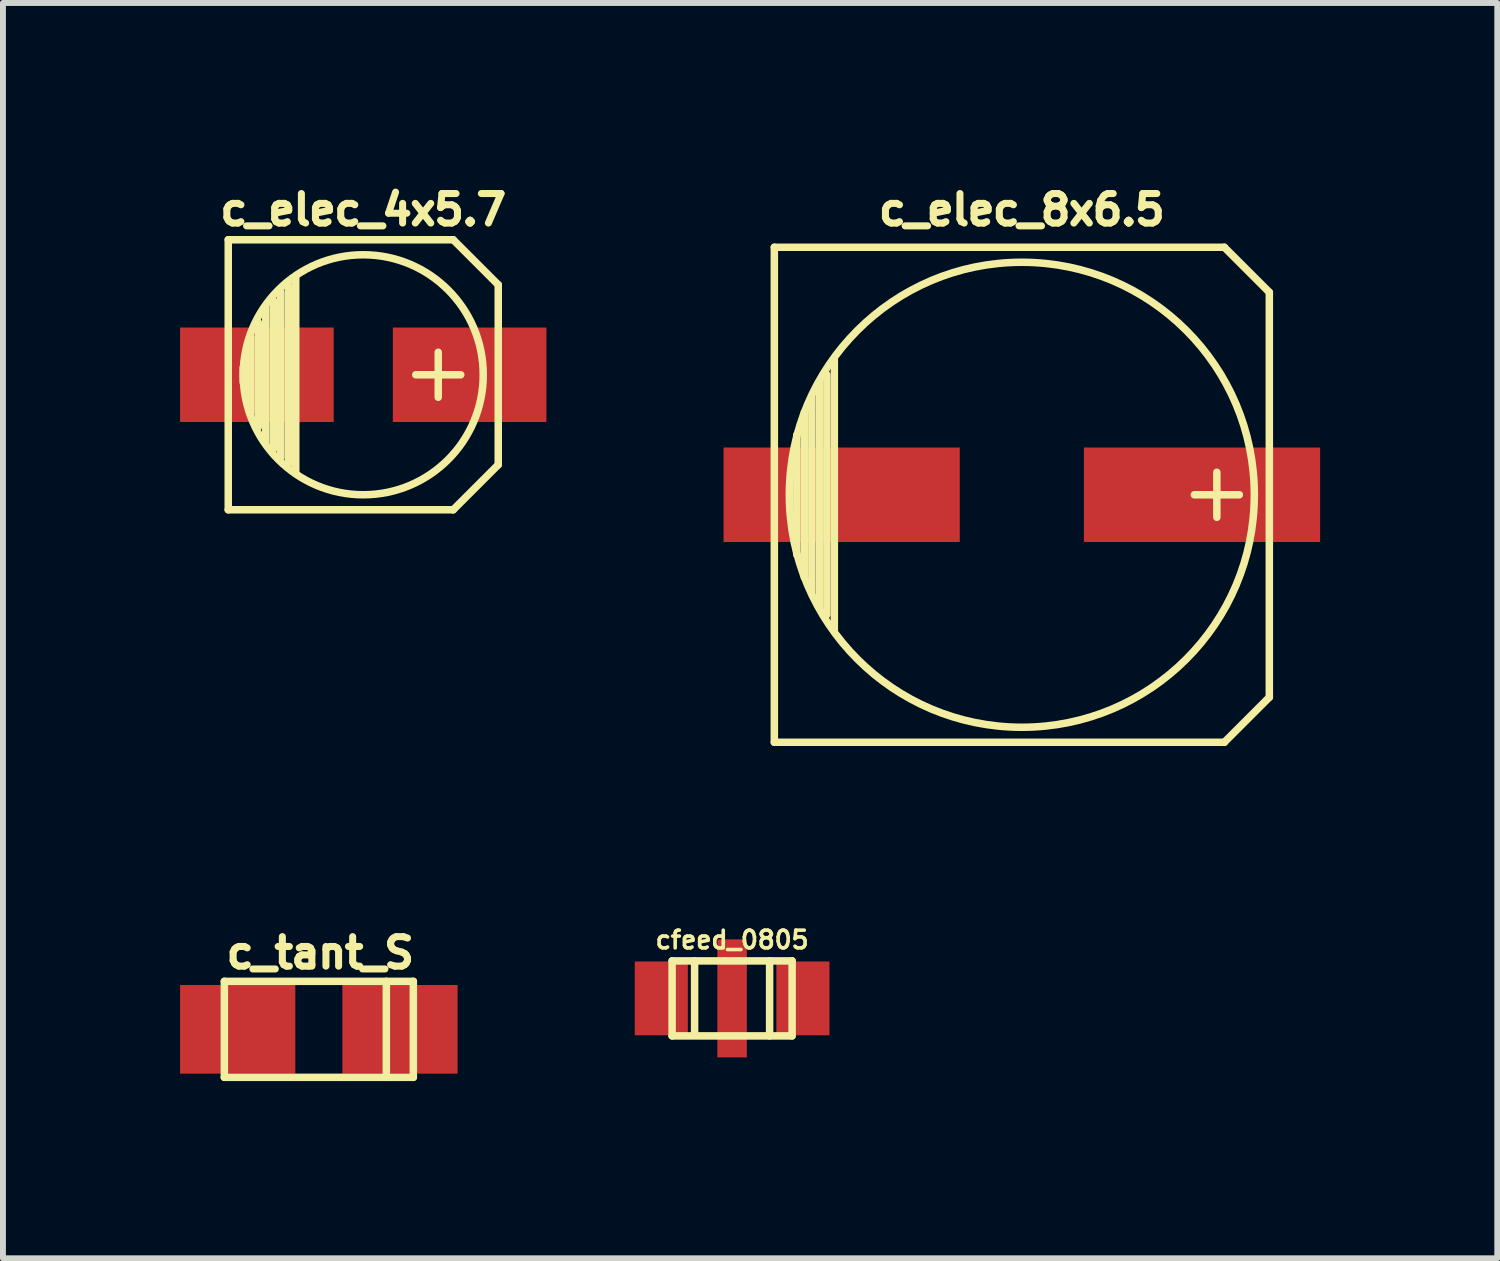
<source format=kicad_pcb>
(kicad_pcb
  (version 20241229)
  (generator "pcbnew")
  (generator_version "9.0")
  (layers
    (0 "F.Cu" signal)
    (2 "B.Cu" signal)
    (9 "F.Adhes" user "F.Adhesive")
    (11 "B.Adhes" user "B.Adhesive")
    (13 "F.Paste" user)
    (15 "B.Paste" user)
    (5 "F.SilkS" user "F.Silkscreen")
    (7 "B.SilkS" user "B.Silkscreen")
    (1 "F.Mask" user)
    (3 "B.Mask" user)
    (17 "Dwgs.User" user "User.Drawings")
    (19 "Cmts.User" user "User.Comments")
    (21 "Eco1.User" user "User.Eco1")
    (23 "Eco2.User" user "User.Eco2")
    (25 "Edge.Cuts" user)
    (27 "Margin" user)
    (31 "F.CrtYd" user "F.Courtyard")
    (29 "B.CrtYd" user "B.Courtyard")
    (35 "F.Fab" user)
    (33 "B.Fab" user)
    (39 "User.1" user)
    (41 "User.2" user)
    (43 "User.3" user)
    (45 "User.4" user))
  (footprint "c_elec_8x6.5"
    (layer "F.Cu")
    (at 14.253 5.328)
    (property "Reference" "c_elec_8x6.5" (at 0 -4.826 0) (layer "F.SilkS") (effects (font (size 0.5 0.5) (thickness 0.119))))
    (attr through_hole)
    (fp_line (start -4.191 -4.191) (end -4.191 4.191) (stroke (width 0.127) (type solid)) (layer "F.SilkS"))
    (fp_line (start -4.191 4.191) (end 3.429 4.191) (stroke (width 0.127) (type solid)) (layer "F.SilkS"))
    (fp_line (start -3.81 -1.016) (end -3.81 1.016) (stroke (width 0.127) (type solid)) (layer "F.SilkS"))
    (fp_line (start -3.683 1.397) (end -3.683 -1.397) (stroke (width 0.127) (type solid)) (layer "F.SilkS"))
    (fp_line (start -3.556 -1.651) (end -3.556 1.651) (stroke (width 0.127) (type solid)) (layer "F.SilkS"))
    (fp_line (start -3.429 1.905) (end -3.429 -1.905) (stroke (width 0.127) (type solid)) (layer "F.SilkS"))
    (fp_line (start -3.302 2.032) (end -3.302 -2.032) (stroke (width 0.127) (type solid)) (layer "F.SilkS"))
    (fp_line (start -3.175 -2.286) (end -3.175 2.286) (stroke (width 0.127) (type solid)) (layer "F.SilkS"))
    (fp_line (start 3.302 -0.381) (end 3.302 0.381) (stroke (width 0.127) (type solid)) (layer "F.SilkS"))
    (fp_line (start 3.429 -4.191) (end -4.191 -4.191) (stroke (width 0.127) (type solid)) (layer "F.SilkS"))
    (fp_line (start 3.429 4.191) (end 4.191 3.429) (stroke (width 0.127) (type solid)) (layer "F.SilkS"))
    (fp_line (start 3.683 0) (end 2.921 0) (stroke (width 0.127) (type solid)) (layer "F.SilkS"))
    (fp_line (start 4.191 -3.429) (end 3.429 -4.191) (stroke (width 0.127) (type solid)) (layer "F.SilkS"))
    (fp_line (start 4.191 3.429) (end 4.191 -3.429) (stroke (width 0.127) (type solid)) (layer "F.SilkS"))
    (fp_circle (center 0 0) (end 3.937 0) (stroke (width 0.127) (type solid)) (fill no) (layer "F.SilkS"))
    (pad "1" smd rect (at 3.051 0) (size 4 1.6) (layers "F.Cu" "F.Mask" "F.Paste"))
    (pad "2" smd rect (at -3.051 0) (size 4 1.6) (layers "F.Cu" "F.Mask" "F.Paste")))
  (footprint "c_elec_4x5.7"
    (layer "F.Cu")
    (at 3.101 3.296)
    (property "Reference" "c_elec_4x5.7" (at 0 -2.794 0) (layer "F.SilkS") (effects (font (size 0.5 0.5) (thickness 0.119))))
    (attr through_hole)
    (fp_line (start -2.286 -2.286) (end -2.286 2.286) (stroke (width 0.127) (type solid)) (layer "F.SilkS"))
    (fp_line (start -2.032 0.127) (end -2.032 -0.127) (stroke (width 0.127) (type solid)) (layer "F.SilkS"))
    (fp_line (start -1.905 -0.635) (end -1.905 0.635) (stroke (width 0.127) (type solid)) (layer "F.SilkS"))
    (fp_line (start -1.778 0.889) (end -1.778 -0.889) (stroke (width 0.127) (type solid)) (layer "F.SilkS"))
    (fp_line (start -1.651 1.143) (end -1.651 -1.143) (stroke (width 0.127) (type solid)) (layer "F.SilkS"))
    (fp_line (start -1.524 -1.27) (end -1.524 1.27) (stroke (width 0.127) (type solid)) (layer "F.SilkS"))
    (fp_line (start -1.397 1.397) (end -1.397 -1.397) (stroke (width 0.127) (type solid)) (layer "F.SilkS"))
    (fp_line (start -1.27 -1.524) (end -1.27 1.524) (stroke (width 0.127) (type solid)) (layer "F.SilkS"))
    (fp_line (start -1.143 -1.651) (end -1.143 1.651) (stroke (width 0.127) (type solid)) (layer "F.SilkS"))
    (fp_line (start 1.27 -0.381) (end 1.27 0.381) (stroke (width 0.127) (type solid)) (layer "F.SilkS"))
    (fp_line (start 1.524 -2.286) (end -2.286 -2.286) (stroke (width 0.127) (type solid)) (layer "F.SilkS"))
    (fp_line (start 1.524 -2.286) (end 2.286 -1.524) (stroke (width 0.127) (type solid)) (layer "F.SilkS"))
    (fp_line (start 1.524 2.286) (end -2.286 2.286) (stroke (width 0.127) (type solid)) (layer "F.SilkS"))
    (fp_line (start 1.524 2.286) (end 2.286 1.524) (stroke (width 0.127) (type solid)) (layer "F.SilkS"))
    (fp_line (start 1.651 0) (end 0.889 0) (stroke (width 0.127) (type solid)) (layer "F.SilkS"))
    (fp_line (start 2.286 -1.524) (end 2.286 1.524) (stroke (width 0.127) (type solid)) (layer "F.SilkS"))
    (fp_circle (center 0 0) (end -2.032 0) (stroke (width 0.127) (type solid)) (fill no) (layer "F.SilkS"))
    (pad "1" smd rect (at 1.801 0) (size 2.601 1.6) (layers "F.Cu" "F.Mask" "F.Paste"))
    (pad "2" smd rect (at -1.801 0) (size 2.601 1.6) (layers "F.Cu" "F.Mask" "F.Paste")))
  (footprint "cfeed_0805"
    (layer "F.Cu")
    (at 9.347 13.856)
    (property "Reference" "cfeed_0805" (at 0 -0.991 0) (layer "F.SilkS") (effects (font (size 0.3 0.3) (thickness 0.061))))
    (attr through_hole)
    (fp_line (start -1.016 -0.635) (end 1.016 -0.635) (stroke (width 0.127) (type solid)) (layer "F.SilkS"))
    (fp_line (start -1.016 0.635) (end -1.016 -0.635) (stroke (width 0.127) (type solid)) (layer "F.SilkS"))
    (fp_line (start -0.635 -0.635) (end -0.635 0.61) (stroke (width 0.127) (type solid)) (layer "F.SilkS"))
    (fp_line (start 0.635 -0.635) (end 0.635 0.635) (stroke (width 0.127) (type solid)) (layer "F.SilkS"))
    (fp_line (start 1.016 -0.635) (end 1.016 0.635) (stroke (width 0.127) (type solid)) (layer "F.SilkS"))
    (fp_line (start 1.016 0.635) (end -1.016 0.635) (stroke (width 0.127) (type solid)) (layer "F.SilkS"))
    (pad "1" smd rect (at 1.199 0) (size 0.899 1.25) (layers "F.Cu" "F.Mask" "F.Paste"))
    (pad "2" smd rect (at -1.199 0) (size 0.899 1.25) (layers "F.Cu" "F.Mask" "F.Paste"))
    (pad "3" smd rect (at 0 0) (size 0.5 1.999) (layers "F.Cu" "F.Mask" "F.Paste")))
  (footprint "c_tant_S"
    (layer "F.Cu")
    (at 2.349 14.38)
    (property "Reference" "c_tant_S" (at 0.025 -1.295 0) (layer "F.SilkS") (effects (font (size 0.5 0.5) (thickness 0.119))))
    (attr through_hole)
    (fp_line (start -1.6 -0.813) (end -1.6 0.813) (stroke (width 0.127) (type solid)) (layer "F.SilkS"))
    (fp_line (start -1.6 0.813) (end 1.6 0.813) (stroke (width 0.127) (type solid)) (layer "F.SilkS"))
    (fp_line (start 1.143 0.813) (end 1.143 -0.813) (stroke (width 0.127) (type solid)) (layer "F.SilkS"))
    (fp_line (start 1.6 -0.813) (end -1.6 -0.813) (stroke (width 0.127) (type solid)) (layer "F.SilkS"))
    (fp_line (start 1.6 0.813) (end 1.6 -0.813) (stroke (width 0.127) (type solid)) (layer "F.SilkS"))
    (pad "1" smd rect (at -1.374 0) (size 1.951 1.501) (layers "F.Cu" "F.Mask" "F.Paste"))
    (pad "2" smd rect (at 1.374 0) (size 1.951 1.501) (layers "F.Cu" "F.Mask" "F.Paste")))
  (gr_rect
    (start -3 -3)
    (end 22.304 18.257)
    (stroke (width 0.1) (type default))
    (fill no)
    (layer "Edge.Cuts")))
</source>
